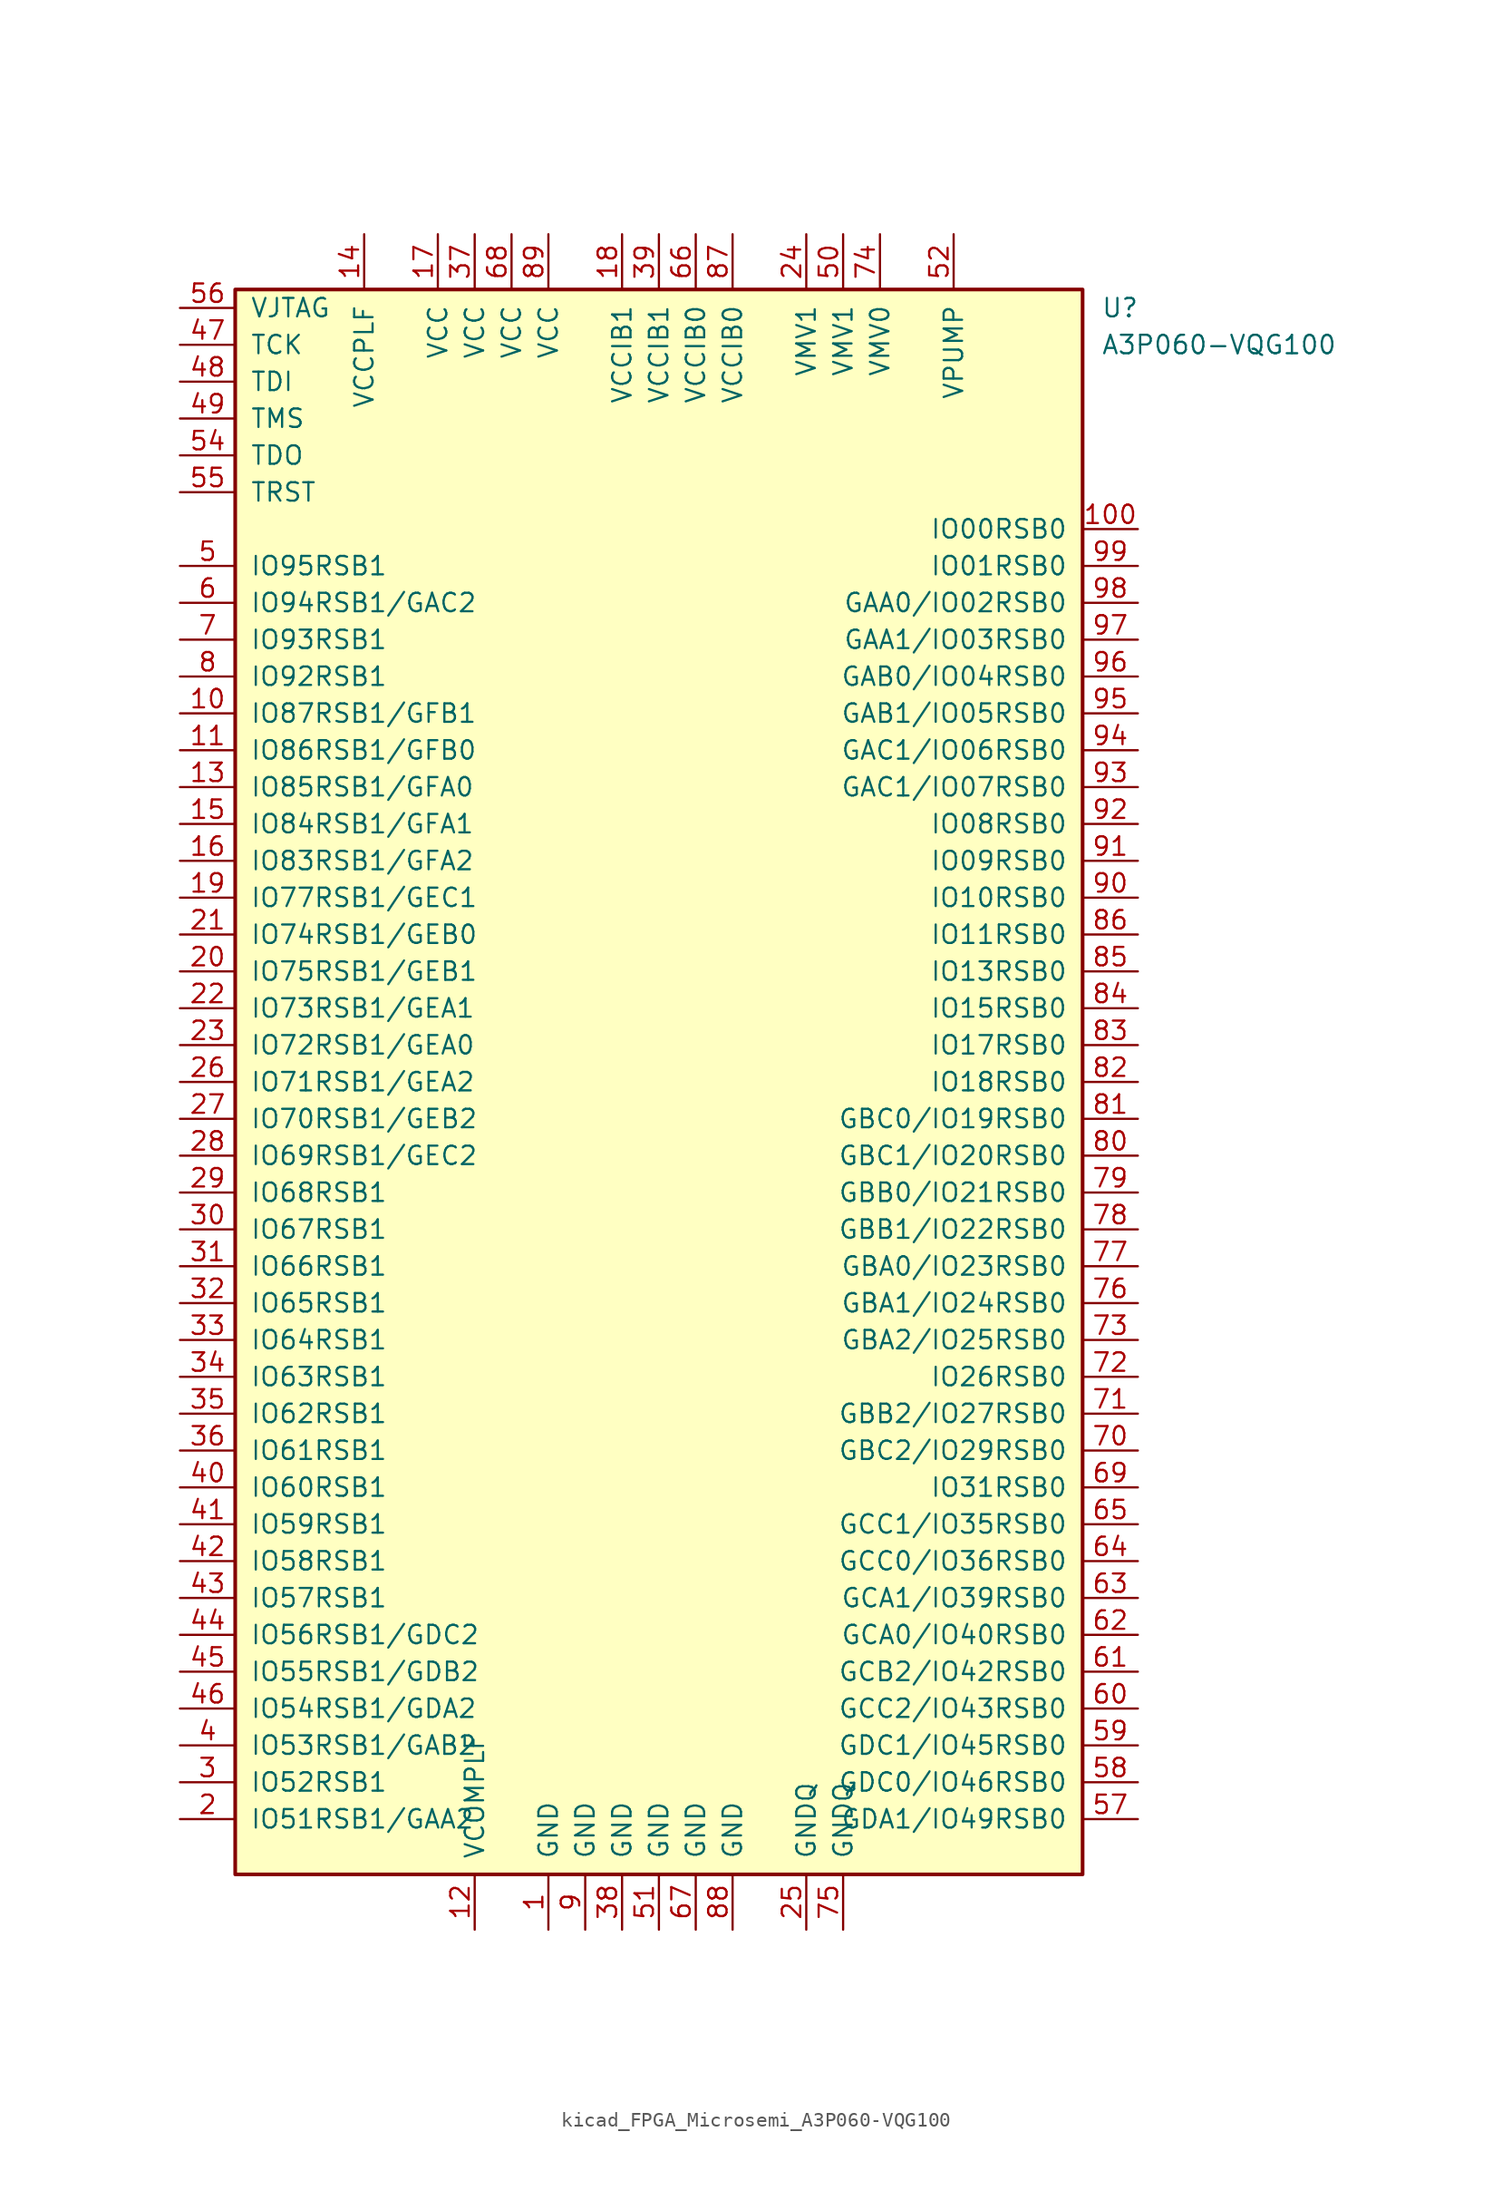
<source format=kicad_sym>
(kicad_symbol_lib
  (version 20220914)
  (generator kicad_symbol_editor)
  (symbol "kicad_FPGA_Microsemi_A3P060-VQG100"
    (pin_names
      (offset 1.016))
    (property "Reference" "U"
      (at 30.48 53.34 0)
      (effects (font (size 1.27 1.27)) (justify left)))
    (property "Value" "A3P060-VQG100"
      (at 30.48 50.8 0)
      (effects (font (size 1.27 1.27)) (justify left)))
    (symbol "kicad_FPGA_Microsemi_A3P060-VQG100_0_1"
      (rectangle (start -29.21 54.61) (end 29.21 -54.61) (stroke (width 0.254) (type default)) (fill (type background))))
    (symbol "kicad_FPGA_Microsemi_A3P060-VQG100_1_1"
      (pin power_in line (at -7.62 -58.42 90) (length 3.81) (name "GND" (effects (font (size 1.27 1.27)))) (number "1" (effects (font (size 1.27 1.27)))))
      (pin bidirectional line (at -33.02 25.4 0) (length 3.81) (name "IO87RSB1/GFB1" (effects (font (size 1.27 1.27)))) (number "10" (effects (font (size 1.27 1.27)))))
      (pin bidirectional line (at 33.02 38.1 180) (length 3.81) (name "IO00RSB0" (effects (font (size 1.27 1.27)))) (number "100" (effects (font (size 1.27 1.27)))))
      (pin bidirectional line (at -33.02 22.86 0) (length 3.81) (name "IO86RSB1/GFB0" (effects (font (size 1.27 1.27)))) (number "11" (effects (font (size 1.27 1.27)))))
      (pin power_in line (at -12.7 -58.42 90) (length 3.81) (name "VCOMPLF" (effects (font (size 1.27 1.27)))) (number "12" (effects (font (size 1.27 1.27)))))
      (pin bidirectional line (at -33.02 20.32 0) (length 3.81) (name "IO85RSB1/GFA0" (effects (font (size 1.27 1.27)))) (number "13" (effects (font (size 1.27 1.27)))))
      (pin power_in line (at -20.32 58.42 270) (length 3.81) (name "VCCPLF" (effects (font (size 1.27 1.27)))) (number "14" (effects (font (size 1.27 1.27)))))
      (pin bidirectional line (at -33.02 17.78 0) (length 3.81) (name "IO84RSB1/GFA1" (effects (font (size 1.27 1.27)))) (number "15" (effects (font (size 1.27 1.27)))))
      (pin bidirectional line (at -33.02 15.24 0) (length 3.81) (name "IO83RSB1/GFA2" (effects (font (size 1.27 1.27)))) (number "16" (effects (font (size 1.27 1.27)))))
      (pin power_in line (at -15.24 58.42 270) (length 3.81) (name "VCC" (effects (font (size 1.27 1.27)))) (number "17" (effects (font (size 1.27 1.27)))))
      (pin power_in line (at -2.54 58.42 270) (length 3.81) (name "VCCIB1" (effects (font (size 1.27 1.27)))) (number "18" (effects (font (size 1.27 1.27)))))
      (pin bidirectional line (at -33.02 12.7 0) (length 3.81) (name "IO77RSB1/GEC1" (effects (font (size 1.27 1.27)))) (number "19" (effects (font (size 1.27 1.27)))))
      (pin bidirectional line (at -33.02 -50.8 0) (length 3.81) (name "IO51RSB1/GAA2" (effects (font (size 1.27 1.27)))) (number "2" (effects (font (size 1.27 1.27)))))
      (pin bidirectional line (at -33.02 7.62 0) (length 3.81) (name "IO75RSB1/GEB1" (effects (font (size 1.27 1.27)))) (number "20" (effects (font (size 1.27 1.27)))))
      (pin bidirectional line (at -33.02 10.16 0) (length 3.81) (name "IO74RSB1/GEB0" (effects (font (size 1.27 1.27)))) (number "21" (effects (font (size 1.27 1.27)))))
      (pin bidirectional line (at -33.02 5.08 0) (length 3.81) (name "IO73RSB1/GEA1" (effects (font (size 1.27 1.27)))) (number "22" (effects (font (size 1.27 1.27)))))
      (pin bidirectional line (at -33.02 2.54 0) (length 3.81) (name "IO72RSB1/GEA0" (effects (font (size 1.27 1.27)))) (number "23" (effects (font (size 1.27 1.27)))))
      (pin power_in line (at 10.16 58.42 270) (length 3.81) (name "VMV1" (effects (font (size 1.27 1.27)))) (number "24" (effects (font (size 1.27 1.27)))))
      (pin power_in line (at 10.16 -58.42 90) (length 3.81) (name "GNDQ" (effects (font (size 1.27 1.27)))) (number "25" (effects (font (size 1.27 1.27)))))
      (pin bidirectional line (at -33.02 0 0) (length 3.81) (name "IO71RSB1/GEA2" (effects (font (size 1.27 1.27)))) (number "26" (effects (font (size 1.27 1.27)))))
      (pin bidirectional line (at -33.02 -2.54 0) (length 3.81) (name "IO70RSB1/GEB2" (effects (font (size 1.27 1.27)))) (number "27" (effects (font (size 1.27 1.27)))))
      (pin bidirectional line (at -33.02 -5.08 0) (length 3.81) (name "IO69RSB1/GEC2" (effects (font (size 1.27 1.27)))) (number "28" (effects (font (size 1.27 1.27)))))
      (pin bidirectional line (at -33.02 -7.62 0) (length 3.81) (name "IO68RSB1" (effects (font (size 1.27 1.27)))) (number "29" (effects (font (size 1.27 1.27)))))
      (pin bidirectional line (at -33.02 -48.26 0) (length 3.81) (name "IO52RSB1" (effects (font (size 1.27 1.27)))) (number "3" (effects (font (size 1.27 1.27)))))
      (pin bidirectional line (at -33.02 -10.16 0) (length 3.81) (name "IO67RSB1" (effects (font (size 1.27 1.27)))) (number "30" (effects (font (size 1.27 1.27)))))
      (pin bidirectional line (at -33.02 -12.7 0) (length 3.81) (name "IO66RSB1" (effects (font (size 1.27 1.27)))) (number "31" (effects (font (size 1.27 1.27)))))
      (pin bidirectional line (at -33.02 -15.24 0) (length 3.81) (name "IO65RSB1" (effects (font (size 1.27 1.27)))) (number "32" (effects (font (size 1.27 1.27)))))
      (pin bidirectional line (at -33.02 -17.78 0) (length 3.81) (name "IO64RSB1" (effects (font (size 1.27 1.27)))) (number "33" (effects (font (size 1.27 1.27)))))
      (pin bidirectional line (at -33.02 -20.32 0) (length 3.81) (name "IO63RSB1" (effects (font (size 1.27 1.27)))) (number "34" (effects (font (size 1.27 1.27)))))
      (pin bidirectional line (at -33.02 -22.86 0) (length 3.81) (name "IO62RSB1" (effects (font (size 1.27 1.27)))) (number "35" (effects (font (size 1.27 1.27)))))
      (pin bidirectional line (at -33.02 -25.4 0) (length 3.81) (name "IO61RSB1" (effects (font (size 1.27 1.27)))) (number "36" (effects (font (size 1.27 1.27)))))
      (pin power_in line (at -12.7 58.42 270) (length 3.81) (name "VCC" (effects (font (size 1.27 1.27)))) (number "37" (effects (font (size 1.27 1.27)))))
      (pin power_in line (at -2.54 -58.42 90) (length 3.81) (name "GND" (effects (font (size 1.27 1.27)))) (number "38" (effects (font (size 1.27 1.27)))))
      (pin power_in line (at 0 58.42 270) (length 3.81) (name "VCCIB1" (effects (font (size 1.27 1.27)))) (number "39" (effects (font (size 1.27 1.27)))))
      (pin bidirectional line (at -33.02 -45.72 0) (length 3.81) (name "IO53RSB1/GAB2" (effects (font (size 1.27 1.27)))) (number "4" (effects (font (size 1.27 1.27)))))
      (pin bidirectional line (at -33.02 -27.94 0) (length 3.81) (name "IO60RSB1" (effects (font (size 1.27 1.27)))) (number "40" (effects (font (size 1.27 1.27)))))
      (pin bidirectional line (at -33.02 -30.48 0) (length 3.81) (name "IO59RSB1" (effects (font (size 1.27 1.27)))) (number "41" (effects (font (size 1.27 1.27)))))
      (pin bidirectional line (at -33.02 -33.02 0) (length 3.81) (name "IO58RSB1" (effects (font (size 1.27 1.27)))) (number "42" (effects (font (size 1.27 1.27)))))
      (pin bidirectional line (at -33.02 -35.56 0) (length 3.81) (name "IO57RSB1" (effects (font (size 1.27 1.27)))) (number "43" (effects (font (size 1.27 1.27)))))
      (pin bidirectional line (at -33.02 -38.1 0) (length 3.81) (name "IO56RSB1/GDC2" (effects (font (size 1.27 1.27)))) (number "44" (effects (font (size 1.27 1.27)))))
      (pin bidirectional line (at -33.02 -40.64 0) (length 3.81) (name "IO55RSB1/GDB2" (effects (font (size 1.27 1.27)))) (number "45" (effects (font (size 1.27 1.27)))))
      (pin bidirectional line (at -33.02 -43.18 0) (length 3.81) (name "IO54RSB1/GDA2" (effects (font (size 1.27 1.27)))) (number "46" (effects (font (size 1.27 1.27)))))
      (pin bidirectional line (at -33.02 50.8 0) (length 3.81) (name "TCK" (effects (font (size 1.27 1.27)))) (number "47" (effects (font (size 1.27 1.27)))))
      (pin bidirectional line (at -33.02 48.26 0) (length 3.81) (name "TDI" (effects (font (size 1.27 1.27)))) (number "48" (effects (font (size 1.27 1.27)))))
      (pin bidirectional line (at -33.02 45.72 0) (length 3.81) (name "TMS" (effects (font (size 1.27 1.27)))) (number "49" (effects (font (size 1.27 1.27)))))
      (pin bidirectional line (at -33.02 35.56 0) (length 3.81) (name "IO95RSB1" (effects (font (size 1.27 1.27)))) (number "5" (effects (font (size 1.27 1.27)))))
      (pin power_in line (at 12.7 58.42 270) (length 3.81) (name "VMV1" (effects (font (size 1.27 1.27)))) (number "50" (effects (font (size 1.27 1.27)))))
      (pin power_in line (at 0 -58.42 90) (length 3.81) (name "GND" (effects (font (size 1.27 1.27)))) (number "51" (effects (font (size 1.27 1.27)))))
      (pin power_in line (at 20.32 58.42 270) (length 3.81) (name "VPUMP" (effects (font (size 1.27 1.27)))) (number "52" (effects (font (size 1.27 1.27)))))
      (pin bidirectional line (at -33.02 43.18 0) (length 3.81) (name "TDO" (effects (font (size 1.27 1.27)))) (number "54" (effects (font (size 1.27 1.27)))))
      (pin bidirectional line (at -33.02 40.64 0) (length 3.81) (name "TRST" (effects (font (size 1.27 1.27)))) (number "55" (effects (font (size 1.27 1.27)))))
      (pin bidirectional line (at -33.02 53.34 0) (length 3.81) (name "VJTAG" (effects (font (size 1.27 1.27)))) (number "56" (effects (font (size 1.27 1.27)))))
      (pin bidirectional line (at 33.02 -50.8 180) (length 3.81) (name "GDA1/IO49RSB0" (effects (font (size 1.27 1.27)))) (number "57" (effects (font (size 1.27 1.27)))))
      (pin bidirectional line (at 33.02 -48.26 180) (length 3.81) (name "GDC0/IO46RSB0" (effects (font (size 1.27 1.27)))) (number "58" (effects (font (size 1.27 1.27)))))
      (pin bidirectional line (at 33.02 -45.72 180) (length 3.81) (name "GDC1/IO45RSB0" (effects (font (size 1.27 1.27)))) (number "59" (effects (font (size 1.27 1.27)))))
      (pin bidirectional line (at -33.02 33.02 0) (length 3.81) (name "IO94RSB1/GAC2" (effects (font (size 1.27 1.27)))) (number "6" (effects (font (size 1.27 1.27)))))
      (pin bidirectional line (at 33.02 -43.18 180) (length 3.81) (name "GCC2/IO43RSB0" (effects (font (size 1.27 1.27)))) (number "60" (effects (font (size 1.27 1.27)))))
      (pin bidirectional line (at 33.02 -40.64 180) (length 3.81) (name "GCB2/IO42RSB0" (effects (font (size 1.27 1.27)))) (number "61" (effects (font (size 1.27 1.27)))))
      (pin bidirectional line (at 33.02 -38.1 180) (length 3.81) (name "GCA0/IO40RSB0" (effects (font (size 1.27 1.27)))) (number "62" (effects (font (size 1.27 1.27)))))
      (pin bidirectional line (at 33.02 -35.56 180) (length 3.81) (name "GCA1/IO39RSB0" (effects (font (size 1.27 1.27)))) (number "63" (effects (font (size 1.27 1.27)))))
      (pin bidirectional line (at 33.02 -33.02 180) (length 3.81) (name "GCC0/IO36RSB0" (effects (font (size 1.27 1.27)))) (number "64" (effects (font (size 1.27 1.27)))))
      (pin bidirectional line (at 33.02 -30.48 180) (length 3.81) (name "GCC1/IO35RSB0" (effects (font (size 1.27 1.27)))) (number "65" (effects (font (size 1.27 1.27)))))
      (pin power_in line (at 2.54 58.42 270) (length 3.81) (name "VCCIB0" (effects (font (size 1.27 1.27)))) (number "66" (effects (font (size 1.27 1.27)))))
      (pin power_in line (at 2.54 -58.42 90) (length 3.81) (name "GND" (effects (font (size 1.27 1.27)))) (number "67" (effects (font (size 1.27 1.27)))))
      (pin power_in line (at -10.16 58.42 270) (length 3.81) (name "VCC" (effects (font (size 1.27 1.27)))) (number "68" (effects (font (size 1.27 1.27)))))
      (pin bidirectional line (at 33.02 -27.94 180) (length 3.81) (name "IO31RSB0" (effects (font (size 1.27 1.27)))) (number "69" (effects (font (size 1.27 1.27)))))
      (pin input line (at -33.02 30.48 0) (length 3.81) (name "IO93RSB1" (effects (font (size 1.27 1.27)))) (number "7" (effects (font (size 1.27 1.27)))))
      (pin bidirectional line (at 33.02 -25.4 180) (length 3.81) (name "GBC2/IO29RSB0" (effects (font (size 1.27 1.27)))) (number "70" (effects (font (size 1.27 1.27)))))
      (pin bidirectional line (at 33.02 -22.86 180) (length 3.81) (name "GBB2/IO27RSB0" (effects (font (size 1.27 1.27)))) (number "71" (effects (font (size 1.27 1.27)))))
      (pin bidirectional line (at 33.02 -20.32 180) (length 3.81) (name "IO26RSB0" (effects (font (size 1.27 1.27)))) (number "72" (effects (font (size 1.27 1.27)))))
      (pin bidirectional line (at 33.02 -17.78 180) (length 3.81) (name "GBA2/IO25RSB0" (effects (font (size 1.27 1.27)))) (number "73" (effects (font (size 1.27 1.27)))))
      (pin power_in line (at 15.24 58.42 270) (length 3.81) (name "VMV0" (effects (font (size 1.27 1.27)))) (number "74" (effects (font (size 1.27 1.27)))))
      (pin power_in line (at 12.7 -58.42 90) (length 3.81) (name "GNDQ" (effects (font (size 1.27 1.27)))) (number "75" (effects (font (size 1.27 1.27)))))
      (pin bidirectional line (at 33.02 -15.24 180) (length 3.81) (name "GBA1/IO24RSB0" (effects (font (size 1.27 1.27)))) (number "76" (effects (font (size 1.27 1.27)))))
      (pin bidirectional line (at 33.02 -12.7 180) (length 3.81) (name "GBA0/IO23RSB0" (effects (font (size 1.27 1.27)))) (number "77" (effects (font (size 1.27 1.27)))))
      (pin bidirectional line (at 33.02 -10.16 180) (length 3.81) (name "GBB1/IO22RSB0" (effects (font (size 1.27 1.27)))) (number "78" (effects (font (size 1.27 1.27)))))
      (pin bidirectional line (at 33.02 -7.62 180) (length 3.81) (name "GBB0/IO21RSB0" (effects (font (size 1.27 1.27)))) (number "79" (effects (font (size 1.27 1.27)))))
      (pin bidirectional line (at -33.02 27.94 0) (length 3.81) (name "IO92RSB1" (effects (font (size 1.27 1.27)))) (number "8" (effects (font (size 1.27 1.27)))))
      (pin bidirectional line (at 33.02 -5.08 180) (length 3.81) (name "GBC1/IO20RSB0" (effects (font (size 1.27 1.27)))) (number "80" (effects (font (size 1.27 1.27)))))
      (pin bidirectional line (at 33.02 -2.54 180) (length 3.81) (name "GBC0/IO19RSB0" (effects (font (size 1.27 1.27)))) (number "81" (effects (font (size 1.27 1.27)))))
      (pin bidirectional line (at 33.02 0 180) (length 3.81) (name "IO18RSB0" (effects (font (size 1.27 1.27)))) (number "82" (effects (font (size 1.27 1.27)))))
      (pin bidirectional line (at 33.02 2.54 180) (length 3.81) (name "IO17RSB0" (effects (font (size 1.27 1.27)))) (number "83" (effects (font (size 1.27 1.27)))))
      (pin bidirectional line (at 33.02 5.08 180) (length 3.81) (name "IO15RSB0" (effects (font (size 1.27 1.27)))) (number "84" (effects (font (size 1.27 1.27)))))
      (pin bidirectional line (at 33.02 7.62 180) (length 3.81) (name "IO13RSB0" (effects (font (size 1.27 1.27)))) (number "85" (effects (font (size 1.27 1.27)))))
      (pin bidirectional line (at 33.02 10.16 180) (length 3.81) (name "IO11RSB0" (effects (font (size 1.27 1.27)))) (number "86" (effects (font (size 1.27 1.27)))))
      (pin power_in line (at 5.08 58.42 270) (length 3.81) (name "VCCIB0" (effects (font (size 1.27 1.27)))) (number "87" (effects (font (size 1.27 1.27)))))
      (pin power_in line (at 5.08 -58.42 90) (length 3.81) (name "GND" (effects (font (size 1.27 1.27)))) (number "88" (effects (font (size 1.27 1.27)))))
      (pin power_in line (at -7.62 58.42 270) (length 3.81) (name "VCC" (effects (font (size 1.27 1.27)))) (number "89" (effects (font (size 1.27 1.27)))))
      (pin power_in line (at -5.08 -58.42 90) (length 3.81) (name "GND" (effects (font (size 1.27 1.27)))) (number "9" (effects (font (size 1.27 1.27)))))
      (pin input line (at 33.02 12.7 180) (length 3.81) (name "IO10RSB0" (effects (font (size 1.27 1.27)))) (number "90" (effects (font (size 1.27 1.27)))))
      (pin bidirectional line (at 33.02 15.24 180) (length 3.81) (name "IO09RSB0" (effects (font (size 1.27 1.27)))) (number "91" (effects (font (size 1.27 1.27)))))
      (pin bidirectional line (at 33.02 17.78 180) (length 3.81) (name "IO08RSB0" (effects (font (size 1.27 1.27)))) (number "92" (effects (font (size 1.27 1.27)))))
      (pin bidirectional line (at 33.02 20.32 180) (length 3.81) (name "GAC1/IO07RSB0" (effects (font (size 1.27 1.27)))) (number "93" (effects (font (size 1.27 1.27)))))
      (pin bidirectional line (at 33.02 22.86 180) (length 3.81) (name "GAC1/IO06RSB0" (effects (font (size 1.27 1.27)))) (number "94" (effects (font (size 1.27 1.27)))))
      (pin bidirectional line (at 33.02 25.4 180) (length 3.81) (name "GAB1/IO05RSB0" (effects (font (size 1.27 1.27)))) (number "95" (effects (font (size 1.27 1.27)))))
      (pin bidirectional line (at 33.02 27.94 180) (length 3.81) (name "GAB0/IO04RSB0" (effects (font (size 1.27 1.27)))) (number "96" (effects (font (size 1.27 1.27)))))
      (pin bidirectional line (at 33.02 30.48 180) (length 3.81) (name "GAA1/IO03RSB0" (effects (font (size 1.27 1.27)))) (number "97" (effects (font (size 1.27 1.27)))))
      (pin bidirectional line (at 33.02 33.02 180) (length 3.81) (name "GAA0/IO02RSB0" (effects (font (size 1.27 1.27)))) (number "98" (effects (font (size 1.27 1.27)))))
      (pin bidirectional line (at 33.02 35.56 180) (length 3.81) (name "IO01RSB0" (effects (font (size 1.27 1.27)))) (number "99" (effects (font (size 1.27 1.27))))))))
</source>
